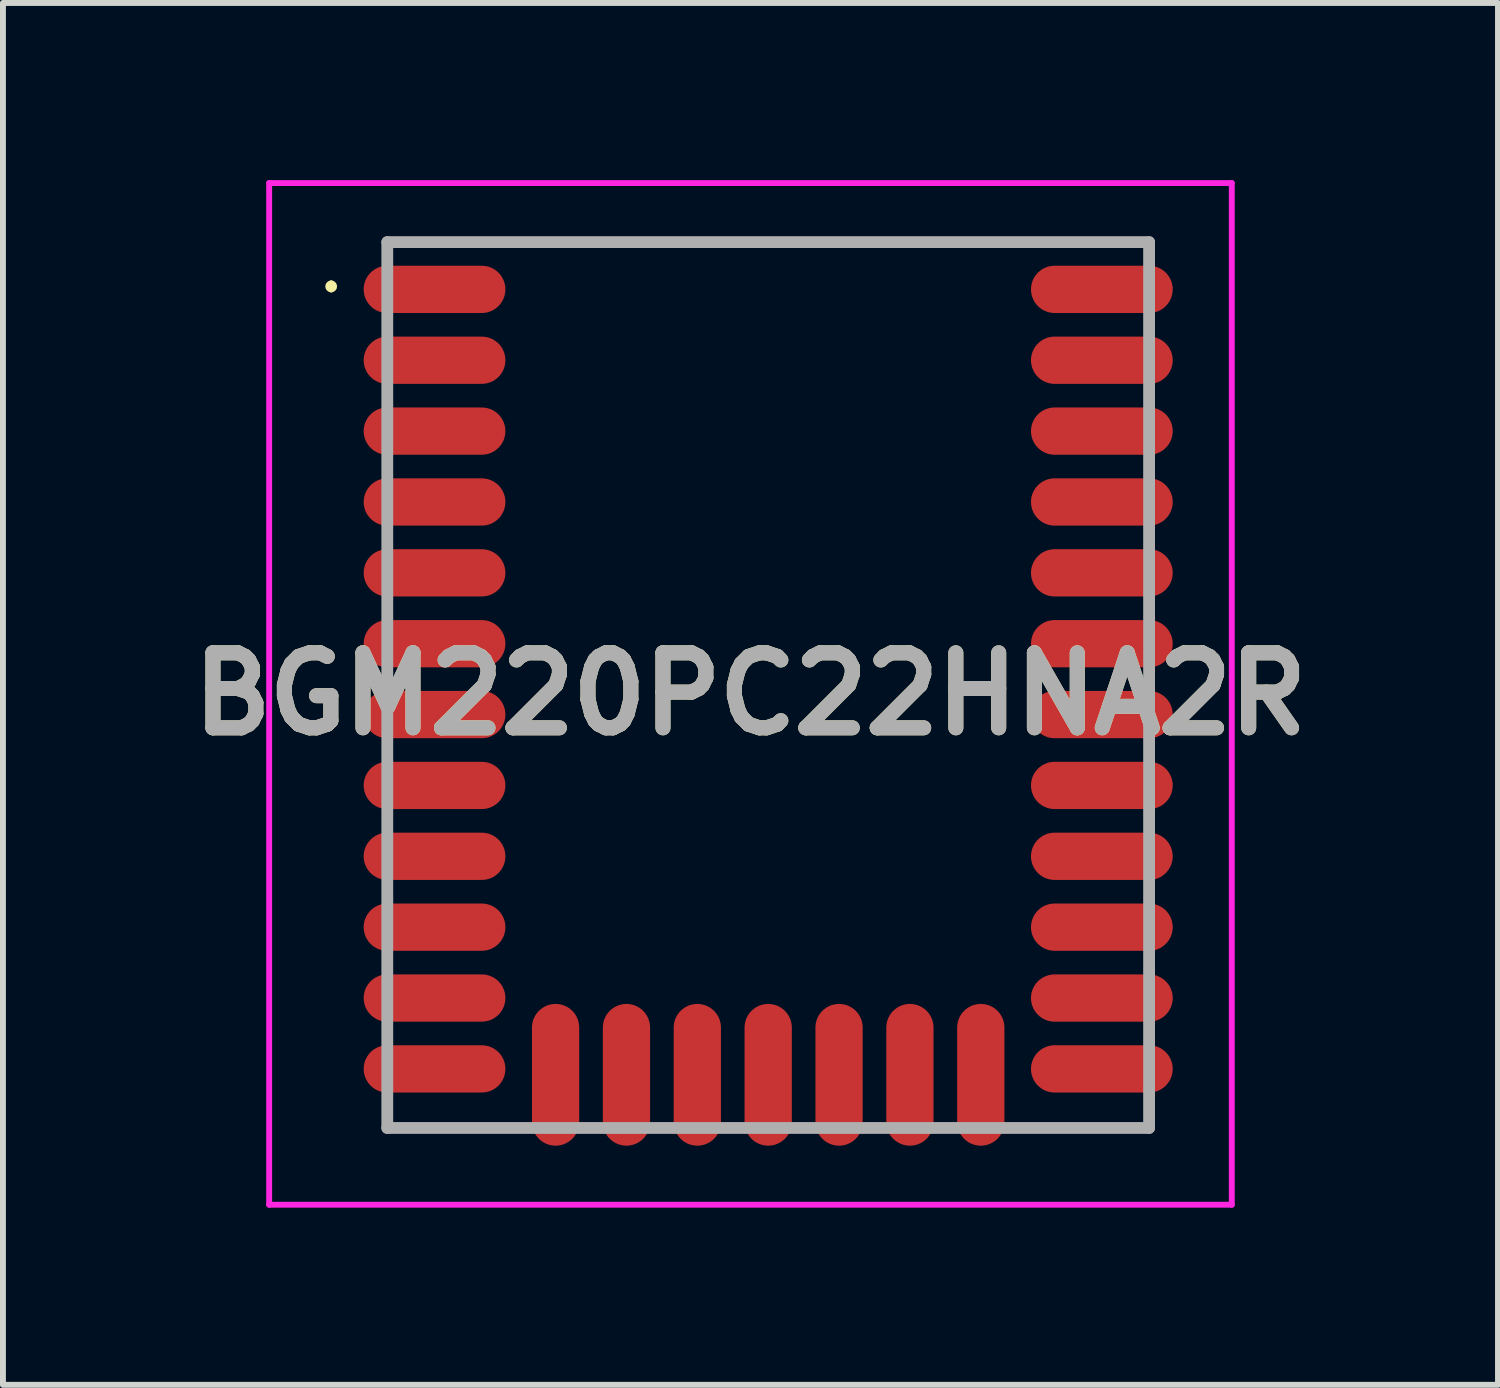
<source format=kicad_pcb>
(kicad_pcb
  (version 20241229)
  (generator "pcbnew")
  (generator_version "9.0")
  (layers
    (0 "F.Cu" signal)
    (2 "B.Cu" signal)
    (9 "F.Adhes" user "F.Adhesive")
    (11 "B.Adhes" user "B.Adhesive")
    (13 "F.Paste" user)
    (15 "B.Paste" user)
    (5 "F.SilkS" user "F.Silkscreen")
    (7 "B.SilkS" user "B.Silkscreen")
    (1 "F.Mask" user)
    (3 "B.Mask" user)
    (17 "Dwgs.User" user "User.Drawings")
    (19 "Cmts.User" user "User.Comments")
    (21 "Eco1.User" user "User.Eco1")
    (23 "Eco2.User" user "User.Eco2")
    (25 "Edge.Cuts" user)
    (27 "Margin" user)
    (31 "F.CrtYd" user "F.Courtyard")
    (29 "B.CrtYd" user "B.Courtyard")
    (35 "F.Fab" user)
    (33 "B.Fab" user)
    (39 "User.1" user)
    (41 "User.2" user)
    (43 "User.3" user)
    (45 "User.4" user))
  (footprint "BGM220PC22HNA2R"
    (layer "F.Cu")
    (at 9.958 8.55)
    (property "Reference" "BGM220PC22HNA2R" (at -0.3 0.15 0) (layer "F.SilkS") (effects (font (size 1.27 1.27) (thickness 0.254))))
    (attr smd)
    (fp_line (start -7.4 -6.8) (end -7.4 -6.8) (stroke (width 0.1) (type solid)) (layer "F.SilkS"))
    (fp_line (start -7.4 -6.7) (end -7.4 -6.7) (stroke (width 0.1) (type solid)) (layer "F.SilkS"))
    (fp_line (start -6.2 -7.5) (end 6.2 -7.5) (stroke (width 0.1) (type solid)) (layer "F.SilkS"))
    (fp_arc (start -7.4 -6.8) (mid -7.35 -6.75) (end -7.4 -6.7) (stroke (width 0.1) (type solid)) (layer "F.SilkS"))
    (fp_arc (start -7.4 -6.7) (mid -7.45 -6.75) (end -7.4 -6.8) (stroke (width 0.1) (type solid)) (layer "F.SilkS"))
    (fp_line (start -8.45 -8.5) (end 7.85 -8.5) (stroke (width 0.1) (type solid)) (layer "F.CrtYd"))
    (fp_line (start -8.45 8.8) (end -8.45 -8.5) (stroke (width 0.1) (type solid)) (layer "F.CrtYd"))
    (fp_line (start 7.85 -8.5) (end 7.85 8.8) (stroke (width 0.1) (type solid)) (layer "F.CrtYd"))
    (fp_line (start 7.85 8.8) (end -8.45 8.8) (stroke (width 0.1) (type solid)) (layer "F.CrtYd"))
    (fp_line (start -6.45 -7.5) (end 6.45 -7.5) (stroke (width 0.2) (type solid)) (layer "F.Fab"))
    (fp_line (start -6.45 7.5) (end -6.45 -7.5) (stroke (width 0.2) (type solid)) (layer "F.Fab"))
    (fp_line (start 6.45 -7.5) (end 6.45 7.5) (stroke (width 0.2) (type solid)) (layer "F.Fab"))
    (fp_line (start 6.45 7.5) (end -6.45 7.5) (stroke (width 0.2) (type solid)) (layer "F.Fab"))
    (fp_text user "${REFERENCE}" (at -0.3 0.15 0) (layer "F.Fab") (effects (font (size 1.27 1.27) (thickness 0.254))))
    (pad "1" smd oval (at -5.65 -6.7 90) (size 0.8 2.4) (layers "F.Cu" "F.Mask" "F.Paste"))
    (pad "2" smd oval (at -5.65 -5.5 90) (size 0.8 2.4) (layers "F.Cu" "F.Mask" "F.Paste"))
    (pad "3" smd oval (at -5.65 -4.3 90) (size 0.8 2.4) (layers "F.Cu" "F.Mask" "F.Paste"))
    (pad "4" smd oval (at -5.65 -3.1 90) (size 0.8 2.4) (layers "F.Cu" "F.Mask" "F.Paste"))
    (pad "5" smd oval (at -5.65 -1.9 90) (size 0.8 2.4) (layers "F.Cu" "F.Mask" "F.Paste"))
    (pad "6" smd oval (at -5.65 -0.7 90) (size 0.8 2.4) (layers "F.Cu" "F.Mask" "F.Paste"))
    (pad "7" smd oval (at -5.65 0.5 90) (size 0.8 2.4) (layers "F.Cu" "F.Mask" "F.Paste"))
    (pad "8" smd oval (at -5.65 1.7 90) (size 0.8 2.4) (layers "F.Cu" "F.Mask" "F.Paste"))
    (pad "9" smd oval (at -5.65 2.9 90) (size 0.8 2.4) (layers "F.Cu" "F.Mask" "F.Paste"))
    (pad "10" smd oval (at -5.65 4.1 90) (size 0.8 2.4) (layers "F.Cu" "F.Mask" "F.Paste"))
    (pad "11" smd oval (at -5.65 5.3 90) (size 0.8 2.4) (layers "F.Cu" "F.Mask" "F.Paste"))
    (pad "12" smd oval (at -5.65 6.5 90) (size 0.8 2.4) (layers "F.Cu" "F.Mask" "F.Paste"))
    (pad "13" smd oval (at -3.6 6.6) (size 0.8 2.4) (layers "F.Cu" "F.Mask" "F.Paste"))
    (pad "14" smd oval (at -2.4 6.6) (size 0.8 2.4) (layers "F.Cu" "F.Mask" "F.Paste"))
    (pad "15" smd oval (at -1.2 6.6) (size 0.8 2.4) (layers "F.Cu" "F.Mask" "F.Paste"))
    (pad "16" smd oval (at 0 6.6) (size 0.8 2.4) (layers "F.Cu" "F.Mask" "F.Paste"))
    (pad "17" smd oval (at 1.2 6.6) (size 0.8 2.4) (layers "F.Cu" "F.Mask" "F.Paste"))
    (pad "18" smd oval (at 2.4 6.6) (size 0.8 2.4) (layers "F.Cu" "F.Mask" "F.Paste"))
    (pad "19" smd oval (at 3.6 6.6) (size 0.8 2.4) (layers "F.Cu" "F.Mask" "F.Paste"))
    (pad "20" smd oval (at 5.65 6.5 90) (size 0.8 2.4) (layers "F.Cu" "F.Mask" "F.Paste"))
    (pad "21" smd oval (at 5.65 5.3 90) (size 0.8 2.4) (layers "F.Cu" "F.Mask" "F.Paste"))
    (pad "22" smd oval (at 5.65 4.1 90) (size 0.8 2.4) (layers "F.Cu" "F.Mask" "F.Paste"))
    (pad "23" smd oval (at 5.65 2.9 90) (size 0.8 2.4) (layers "F.Cu" "F.Mask" "F.Paste"))
    (pad "24" smd oval (at 5.65 1.7 90) (size 0.8 2.4) (layers "F.Cu" "F.Mask" "F.Paste"))
    (pad "25" smd oval (at 5.65 0.5 90) (size 0.8 2.4) (layers "F.Cu" "F.Mask" "F.Paste"))
    (pad "26" smd oval (at 5.65 -0.7 90) (size 0.8 2.4) (layers "F.Cu" "F.Mask" "F.Paste"))
    (pad "27" smd oval (at 5.65 -1.9 90) (size 0.8 2.4) (layers "F.Cu" "F.Mask" "F.Paste"))
    (pad "28" smd oval (at 5.65 -3.1 90) (size 0.8 2.4) (layers "F.Cu" "F.Mask" "F.Paste"))
    (pad "29" smd oval (at 5.65 -4.3 90) (size 0.8 2.4) (layers "F.Cu" "F.Mask" "F.Paste"))
    (pad "30" smd oval (at 5.65 -5.5 90) (size 0.8 2.4) (layers "F.Cu" "F.Mask" "F.Paste"))
    (pad "31" smd oval (at 5.65 -6.7 90) (size 0.8 2.4) (layers "F.Cu" "F.Mask" "F.Paste")))
  (gr_rect
    (start -3 -3)
    (end 22.316 20.4)
    (stroke (width 0.1) (type default))
    (fill no)
    (layer "Edge.Cuts")))
</source>
